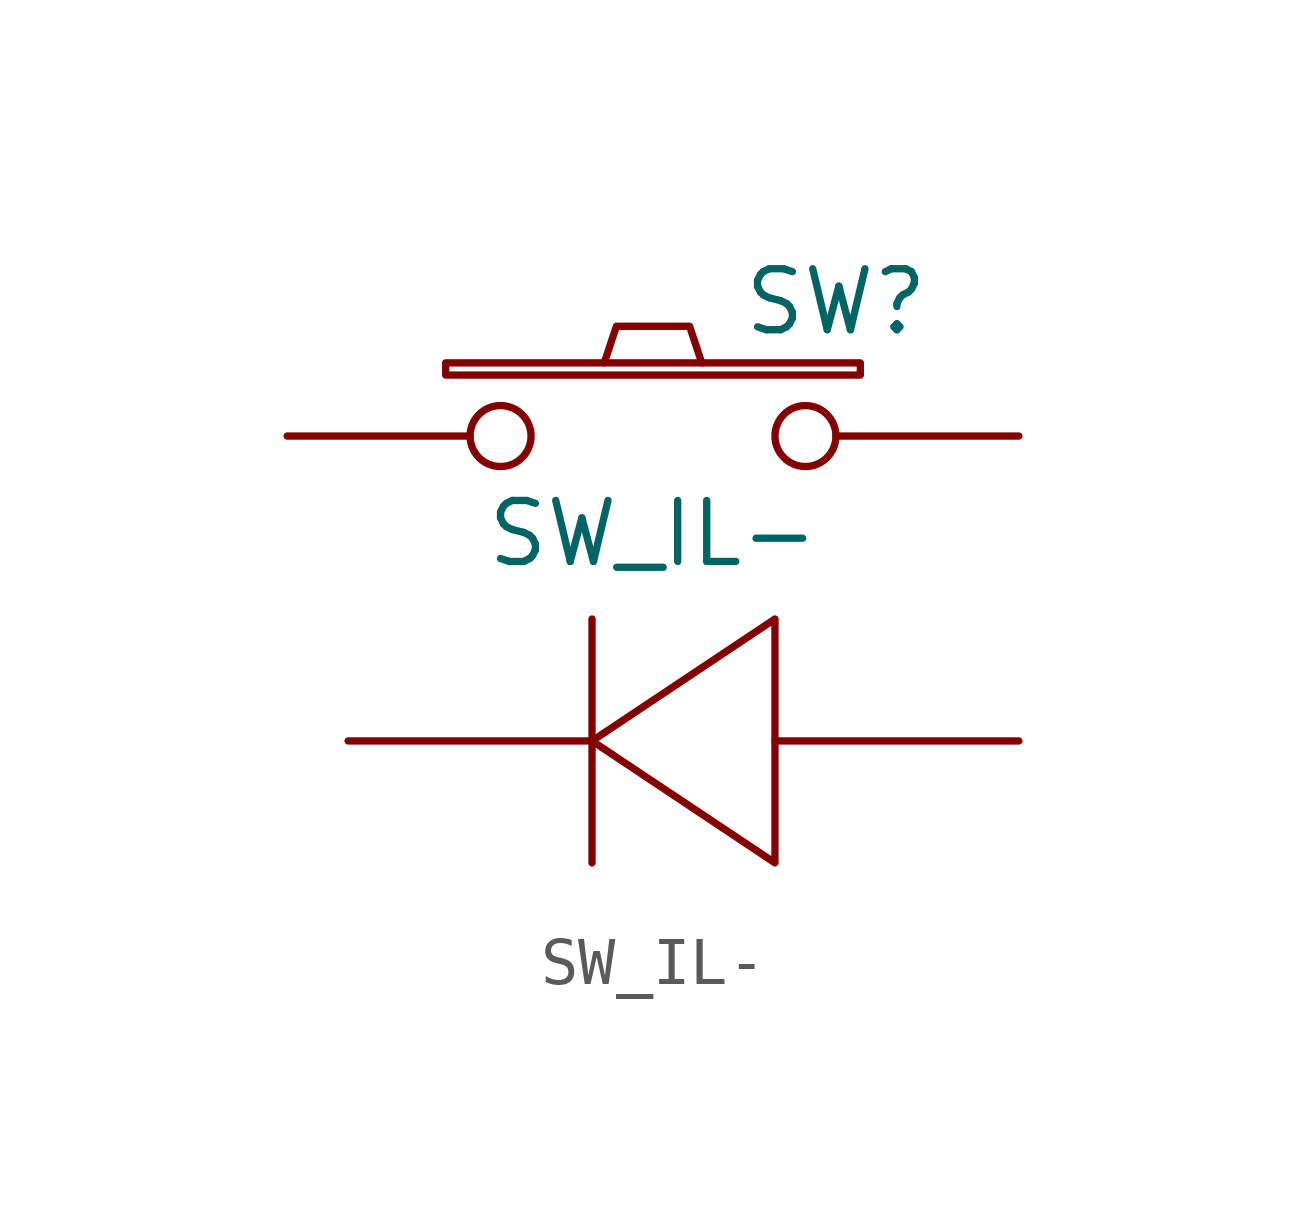
<source format=kicad_sym>
(kicad_symbol_lib
  (version 20231120)
  (generator "kicad_symbol_editor")
  (generator_version "8.0")
  (symbol "SW_IL-"
    (pin_numbers hide)
    (pin_names
      (offset 1.016) hide)
    (property "Reference" "SW"
      (at 3.81 2.794 0)
      (effects (font (size 1.27 1.27))))
    (property "Value" "SW_IL-"
      (at 0 -2.032 0)
      (effects (font (size 1.27 1.27))))
    (property "Footprint" ""
      (at 0 0 0)
      (effects (font (size 1.27 1.27))))
    (property "Datasheet" ""
      (at 0 0 0)
      (effects (font (size 1.27 1.27))))
    (symbol "SW_IL-_0_1"
      (rectangle (start -4.318 1.27) (end 4.318 1.524) (stroke (width 0) (type solid)) (fill (type none)))
      (polyline (pts (xy -1.27 -3.81) (xy -1.27 -8.89)) (stroke (width 0) (type solid)) (fill (type none)))
      (polyline (pts (xy -1.016 1.524) (xy -0.762 2.286) (xy 0.762 2.286) (xy 1.016 1.524)) (stroke (width 0) (type solid)) (fill (type none)))
      (polyline (pts (xy 2.54 -3.81) (xy 2.54 -8.89) (xy -1.27 -6.35) (xy 2.54 -3.81)) (stroke (width 0) (type solid)) (fill (type none)))
      (pin passive inverted (at -7.62 0 0) (length 5.08) (name "~" (effects (font (size 1.27 1.27)))) (number "1" (effects (font (size 1.27 1.27)))))
      (pin passive inverted (at 7.62 0 180) (length 5.08) (name "~" (effects (font (size 1.27 1.27)))) (number "2" (effects (font (size 1.27 1.27)))))
      (pin passive line (at -6.35 -6.35 0) (length 5.08) (name "~" (effects (font (size 1.27 1.27)))) (number "3" (effects (font (size 1.27 1.27))))))
    (symbol "SW_IL-_1_1"
      (pin passive line (at 7.62 -6.35 180) (length 5.08) (name "~" (effects (font (size 1.27 1.27)))) (number "4" (effects (font (size 1.27 1.27))))))))
</source>
